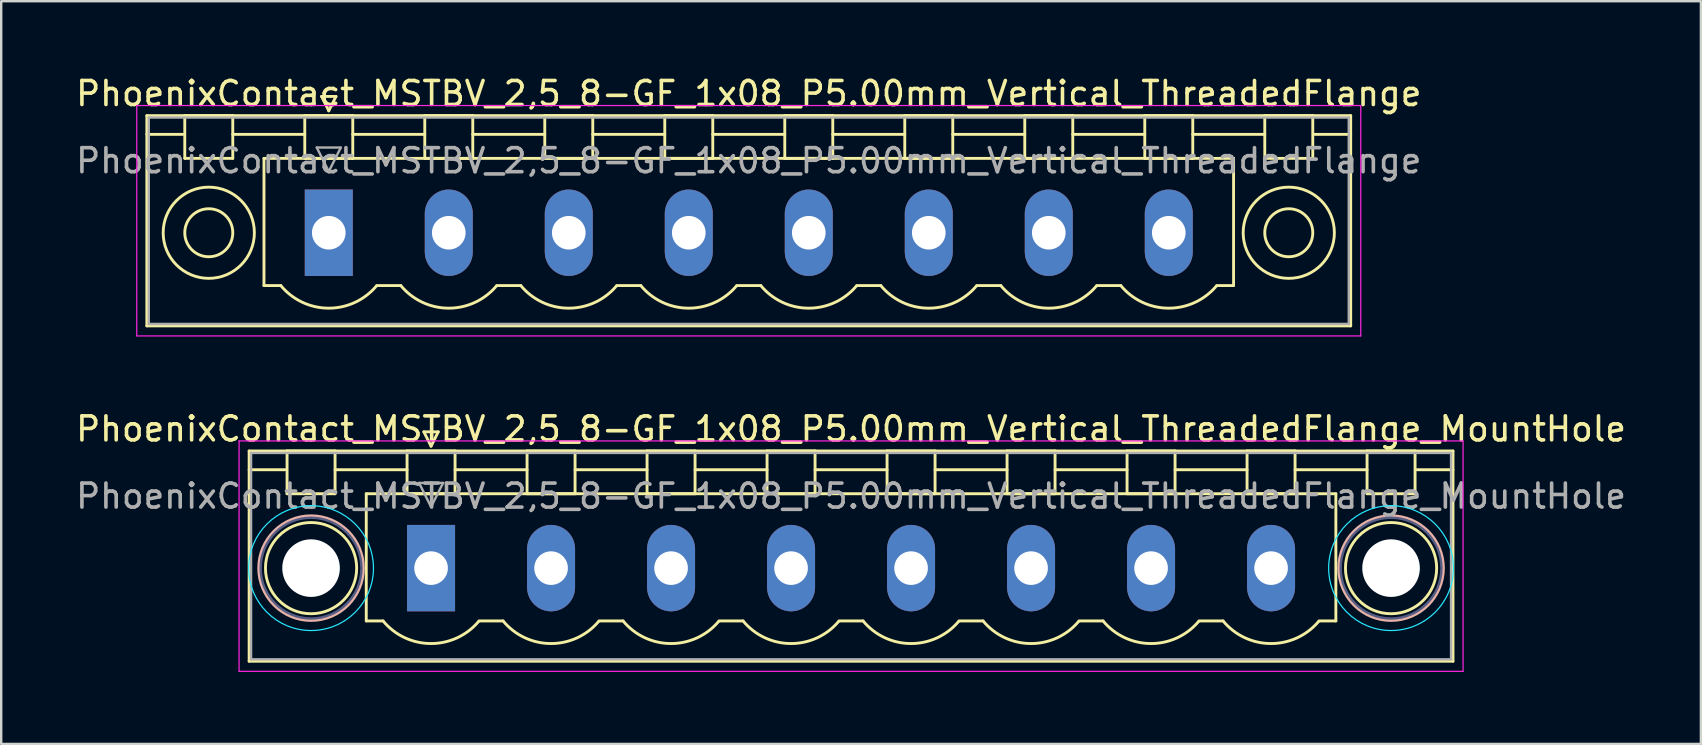
<source format=kicad_pcb>
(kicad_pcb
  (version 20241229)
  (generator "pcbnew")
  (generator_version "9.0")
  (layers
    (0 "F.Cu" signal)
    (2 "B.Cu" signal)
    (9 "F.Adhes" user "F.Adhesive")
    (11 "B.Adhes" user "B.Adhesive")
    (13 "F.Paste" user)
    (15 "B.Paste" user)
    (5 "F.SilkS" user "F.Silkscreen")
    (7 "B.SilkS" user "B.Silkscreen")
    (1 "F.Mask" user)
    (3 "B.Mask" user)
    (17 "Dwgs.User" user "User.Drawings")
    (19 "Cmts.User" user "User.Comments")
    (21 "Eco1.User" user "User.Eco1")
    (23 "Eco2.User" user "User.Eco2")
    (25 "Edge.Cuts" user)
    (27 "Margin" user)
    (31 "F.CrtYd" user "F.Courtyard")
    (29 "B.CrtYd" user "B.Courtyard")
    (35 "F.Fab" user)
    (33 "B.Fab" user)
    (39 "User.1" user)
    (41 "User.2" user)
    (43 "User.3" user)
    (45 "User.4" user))
  (footprint "PhoenixContact_MSTBV_2,5_8-GF_1x08_P5.00mm_Vertical_ThreadedFlange_MountHole"
    (layer "F.Cu")
    (at 14.911 20.622)
    (property "Reference" "PhoenixContact_MSTBV_2,5_8-GF_1x08_P5.00mm_Vertical_ThreadedFlange_MountHole" (at 17.5 -5.8 0) (layer "F.SilkS") (effects (font (size 1 1) (thickness 0.15))))
    (attr through_hole)
    (fp_line (start -7.58 -4.88) (end -7.58 3.88) (stroke (width 0.12) (type solid)) (layer "F.SilkS"))
    (fp_line (start -7.58 -4.1) (end -6.08 -4.1) (stroke (width 0.12) (type solid)) (layer "F.SilkS"))
    (fp_line (start -7.58 3.88) (end 42.58 3.88) (stroke (width 0.12) (type solid)) (layer "F.SilkS"))
    (fp_line (start -6 -4.88) (end -4 -4.88) (stroke (width 0.12) (type solid)) (layer "F.SilkS"))
    (fp_line (start -6 -3.1) (end -6 -4.88) (stroke (width 0.12) (type solid)) (layer "F.SilkS"))
    (fp_line (start -4 -4.88) (end -4 -3.1) (stroke (width 0.12) (type solid)) (layer "F.SilkS"))
    (fp_line (start -4 -4.1) (end -1 -4.1) (stroke (width 0.12) (type solid)) (layer "F.SilkS"))
    (fp_line (start -4 -3.1) (end -6 -3.1) (stroke (width 0.12) (type solid)) (layer "F.SilkS"))
    (fp_line (start -2.7 -3.1) (end 37.7 -3.1) (stroke (width 0.12) (type solid)) (layer "F.SilkS"))
    (fp_line (start -2.7 2.2) (end -2.7 -3.1) (stroke (width 0.12) (type solid)) (layer "F.SilkS"))
    (fp_line (start -2 2.2) (end -2.7 2.2) (stroke (width 0.12) (type solid)) (layer "F.SilkS"))
    (fp_line (start -1 -4.88) (end 1 -4.88) (stroke (width 0.12) (type solid)) (layer "F.SilkS"))
    (fp_line (start -1 -3.1) (end -1 -4.88) (stroke (width 0.12) (type solid)) (layer "F.SilkS"))
    (fp_line (start -0.3 -5.68) (end 0.3 -5.68) (stroke (width 0.12) (type solid)) (layer "F.SilkS"))
    (fp_line (start 0 -5.08) (end -0.3 -5.68) (stroke (width 0.12) (type solid)) (layer "F.SilkS"))
    (fp_line (start 0.3 -5.68) (end 0 -5.08) (stroke (width 0.12) (type solid)) (layer "F.SilkS"))
    (fp_line (start 1 -4.88) (end 1 -3.1) (stroke (width 0.12) (type solid)) (layer "F.SilkS"))
    (fp_line (start 1 -4.1) (end 4 -4.1) (stroke (width 0.12) (type solid)) (layer "F.SilkS"))
    (fp_line (start 1 -3.1) (end -1 -3.1) (stroke (width 0.12) (type solid)) (layer "F.SilkS"))
    (fp_line (start 2 2.2) (end 3 2.2) (stroke (width 0.12) (type solid)) (layer "F.SilkS"))
    (fp_line (start 4 -4.88) (end 6 -4.88) (stroke (width 0.12) (type solid)) (layer "F.SilkS"))
    (fp_line (start 4 -3.1) (end 4 -4.88) (stroke (width 0.12) (type solid)) (layer "F.SilkS"))
    (fp_line (start 6 -4.88) (end 6 -3.1) (stroke (width 0.12) (type solid)) (layer "F.SilkS"))
    (fp_line (start 6 -4.1) (end 9 -4.1) (stroke (width 0.12) (type solid)) (layer "F.SilkS"))
    (fp_line (start 6 -3.1) (end 4 -3.1) (stroke (width 0.12) (type solid)) (layer "F.SilkS"))
    (fp_line (start 7 2.2) (end 8 2.2) (stroke (width 0.12) (type solid)) (layer "F.SilkS"))
    (fp_line (start 9 -4.88) (end 11 -4.88) (stroke (width 0.12) (type solid)) (layer "F.SilkS"))
    (fp_line (start 9 -3.1) (end 9 -4.88) (stroke (width 0.12) (type solid)) (layer "F.SilkS"))
    (fp_line (start 11 -4.88) (end 11 -3.1) (stroke (width 0.12) (type solid)) (layer "F.SilkS"))
    (fp_line (start 11 -4.1) (end 14 -4.1) (stroke (width 0.12) (type solid)) (layer "F.SilkS"))
    (fp_line (start 11 -3.1) (end 9 -3.1) (stroke (width 0.12) (type solid)) (layer "F.SilkS"))
    (fp_line (start 12 2.2) (end 13 2.2) (stroke (width 0.12) (type solid)) (layer "F.SilkS"))
    (fp_line (start 14 -4.88) (end 16 -4.88) (stroke (width 0.12) (type solid)) (layer "F.SilkS"))
    (fp_line (start 14 -3.1) (end 14 -4.88) (stroke (width 0.12) (type solid)) (layer "F.SilkS"))
    (fp_line (start 16 -4.88) (end 16 -3.1) (stroke (width 0.12) (type solid)) (layer "F.SilkS"))
    (fp_line (start 16 -4.1) (end 19 -4.1) (stroke (width 0.12) (type solid)) (layer "F.SilkS"))
    (fp_line (start 16 -3.1) (end 14 -3.1) (stroke (width 0.12) (type solid)) (layer "F.SilkS"))
    (fp_line (start 17 2.2) (end 18 2.2) (stroke (width 0.12) (type solid)) (layer "F.SilkS"))
    (fp_line (start 19 -4.88) (end 21 -4.88) (stroke (width 0.12) (type solid)) (layer "F.SilkS"))
    (fp_line (start 19 -3.1) (end 19 -4.88) (stroke (width 0.12) (type solid)) (layer "F.SilkS"))
    (fp_line (start 21 -4.88) (end 21 -3.1) (stroke (width 0.12) (type solid)) (layer "F.SilkS"))
    (fp_line (start 21 -4.1) (end 24 -4.1) (stroke (width 0.12) (type solid)) (layer "F.SilkS"))
    (fp_line (start 21 -3.1) (end 19 -3.1) (stroke (width 0.12) (type solid)) (layer "F.SilkS"))
    (fp_line (start 22 2.2) (end 23 2.2) (stroke (width 0.12) (type solid)) (layer "F.SilkS"))
    (fp_line (start 24 -4.88) (end 26 -4.88) (stroke (width 0.12) (type solid)) (layer "F.SilkS"))
    (fp_line (start 24 -3.1) (end 24 -4.88) (stroke (width 0.12) (type solid)) (layer "F.SilkS"))
    (fp_line (start 26 -4.88) (end 26 -3.1) (stroke (width 0.12) (type solid)) (layer "F.SilkS"))
    (fp_line (start 26 -4.1) (end 29 -4.1) (stroke (width 0.12) (type solid)) (layer "F.SilkS"))
    (fp_line (start 26 -3.1) (end 24 -3.1) (stroke (width 0.12) (type solid)) (layer "F.SilkS"))
    (fp_line (start 27 2.2) (end 28 2.2) (stroke (width 0.12) (type solid)) (layer "F.SilkS"))
    (fp_line (start 29 -4.88) (end 31 -4.88) (stroke (width 0.12) (type solid)) (layer "F.SilkS"))
    (fp_line (start 29 -3.1) (end 29 -4.88) (stroke (width 0.12) (type solid)) (layer "F.SilkS"))
    (fp_line (start 31 -4.88) (end 31 -3.1) (stroke (width 0.12) (type solid)) (layer "F.SilkS"))
    (fp_line (start 31 -4.1) (end 34 -4.1) (stroke (width 0.12) (type solid)) (layer "F.SilkS"))
    (fp_line (start 31 -3.1) (end 29 -3.1) (stroke (width 0.12) (type solid)) (layer "F.SilkS"))
    (fp_line (start 32 2.2) (end 33 2.2) (stroke (width 0.12) (type solid)) (layer "F.SilkS"))
    (fp_line (start 34 -4.88) (end 36 -4.88) (stroke (width 0.12) (type solid)) (layer "F.SilkS"))
    (fp_line (start 34 -3.1) (end 34 -4.88) (stroke (width 0.12) (type solid)) (layer "F.SilkS"))
    (fp_line (start 36 -4.88) (end 36 -3.1) (stroke (width 0.12) (type solid)) (layer "F.SilkS"))
    (fp_line (start 36 -4.1) (end 39 -4.1) (stroke (width 0.12) (type solid)) (layer "F.SilkS"))
    (fp_line (start 36 -3.1) (end 34 -3.1) (stroke (width 0.12) (type solid)) (layer "F.SilkS"))
    (fp_line (start 37.7 -3.1) (end 37.7 2.2) (stroke (width 0.12) (type solid)) (layer "F.SilkS"))
    (fp_line (start 37.7 2.2) (end 37 2.2) (stroke (width 0.12) (type solid)) (layer "F.SilkS"))
    (fp_line (start 39 -4.88) (end 41 -4.88) (stroke (width 0.12) (type solid)) (layer "F.SilkS"))
    (fp_line (start 39 -3.1) (end 39 -4.88) (stroke (width 0.12) (type solid)) (layer "F.SilkS"))
    (fp_line (start 41 -4.88) (end 41 -3.1) (stroke (width 0.12) (type solid)) (layer "F.SilkS"))
    (fp_line (start 41 -3.1) (end 39 -3.1) (stroke (width 0.12) (type solid)) (layer "F.SilkS"))
    (fp_line (start 42.58 -4.88) (end -7.58 -4.88) (stroke (width 0.12) (type solid)) (layer "F.SilkS"))
    (fp_line (start 42.58 -4.1) (end 41.08 -4.1) (stroke (width 0.12) (type solid)) (layer "F.SilkS"))
    (fp_line (start 42.58 3.88) (end 42.58 -4.88) (stroke (width 0.12) (type solid)) (layer "F.SilkS"))
    (fp_arc (start 1.986842 2.215821) (mid -0.010289 3.142758) (end -2 2.2) (stroke (width 0.12) (type solid)) (layer "F.SilkS"))
    (fp_arc (start 6.986842 2.215821) (mid 4.989711 3.142758) (end 3 2.2) (stroke (width 0.12) (type solid)) (layer "F.SilkS"))
    (fp_arc (start 11.986842 2.215821) (mid 9.989711 3.142758) (end 8 2.2) (stroke (width 0.12) (type solid)) (layer "F.SilkS"))
    (fp_arc (start 16.986842 2.215821) (mid 14.989711 3.142758) (end 13 2.2) (stroke (width 0.12) (type solid)) (layer "F.SilkS"))
    (fp_arc (start 21.986842 2.215821) (mid 19.989711 3.142758) (end 18 2.2) (stroke (width 0.12) (type solid)) (layer "F.SilkS"))
    (fp_arc (start 26.986842 2.215821) (mid 24.989711 3.142758) (end 23 2.2) (stroke (width 0.12) (type solid)) (layer "F.SilkS"))
    (fp_arc (start 31.986842 2.215821) (mid 29.989711 3.142758) (end 28 2.2) (stroke (width 0.12) (type solid)) (layer "F.SilkS"))
    (fp_arc (start 36.986842 2.215821) (mid 34.989711 3.142758) (end 33 2.2) (stroke (width 0.12) (type solid)) (layer "F.SilkS"))
    (fp_circle (center -5 0) (end -3.1 0) (stroke (width 0.12) (type solid)) (fill no) (layer "F.SilkS"))
    (fp_circle (center 40 0) (end 41.9 0) (stroke (width 0.12) (type solid)) (fill no) (layer "F.SilkS"))
    (fp_circle (center -5 0) (end -2.82 0) (stroke (width 0.12) (type solid)) (fill no) (layer "B.SilkS"))
    (fp_circle (center 40 0) (end 42.18 0) (stroke (width 0.12) (type solid)) (fill no) (layer "B.SilkS"))
    (fp_circle (center -5 0) (end -2.4 0) (stroke (width 0.05) (type solid)) (fill no) (layer "B.CrtYd"))
    (fp_circle (center 40 0) (end 42.6 0) (stroke (width 0.05) (type solid)) (fill no) (layer "B.CrtYd"))
    (fp_line (start -8 -5.3) (end -8 4.3) (stroke (width 0.05) (type solid)) (layer "F.CrtYd"))
    (fp_line (start -8 4.3) (end 43 4.3) (stroke (width 0.05) (type solid)) (layer "F.CrtYd"))
    (fp_line (start 43 -5.3) (end -8 -5.3) (stroke (width 0.05) (type solid)) (layer "F.CrtYd"))
    (fp_line (start 43 4.3) (end 43 -5.3) (stroke (width 0.05) (type solid)) (layer "F.CrtYd"))
    (fp_circle (center -5 0) (end -2.9 0) (stroke (width 0.1) (type solid)) (fill no) (layer "B.Fab"))
    (fp_circle (center 40 0) (end 42.1 0) (stroke (width 0.1) (type solid)) (fill no) (layer "B.Fab"))
    (fp_line (start -7.5 -4.8) (end -7.5 3.8) (stroke (width 0.1) (type solid)) (layer "F.Fab"))
    (fp_line (start -7.5 3.8) (end 42.5 3.8) (stroke (width 0.1) (type solid)) (layer "F.Fab"))
    (fp_line (start -0.5 -3.55) (end 0.5 -3.55) (stroke (width 0.1) (type solid)) (layer "F.Fab"))
    (fp_line (start 0 -2.55) (end -0.5 -3.55) (stroke (width 0.1) (type solid)) (layer "F.Fab"))
    (fp_line (start 0.5 -3.55) (end 0 -2.55) (stroke (width 0.1) (type solid)) (layer "F.Fab"))
    (fp_line (start 42.5 -4.8) (end -7.5 -4.8) (stroke (width 0.1) (type solid)) (layer "F.Fab"))
    (fp_line (start 42.5 3.8) (end 42.5 -4.8) (stroke (width 0.1) (type solid)) (layer "F.Fab"))
    (fp_text user "${REFERENCE}" (at 17.5 -3 0) (layer "F.Fab") (effects (font (size 1 1) (thickness 0.15))))
    (pad "" np_thru_hole circle (at -5 0) (size 2.4 2.4) (drill 2.4) (layers "*.Cu" "*.Mask"))
    (pad "" np_thru_hole circle (at 40 0) (size 2.4 2.4) (drill 2.4) (layers "*.Cu" "*.Mask"))
    (pad "1" thru_hole rect (at 0 0) (size 2 3.6) (drill 1.4) (layers "*.Cu" "*.Mask"))
    (pad "2" thru_hole oval (at 5 0) (size 2 3.6) (drill 1.4) (layers "*.Cu" "*.Mask"))
    (pad "3" thru_hole oval (at 10 0) (size 2 3.6) (drill 1.4) (layers "*.Cu" "*.Mask"))
    (pad "4" thru_hole oval (at 15 0) (size 2 3.6) (drill 1.4) (layers "*.Cu" "*.Mask"))
    (pad "5" thru_hole oval (at 20 0) (size 2 3.6) (drill 1.4) (layers "*.Cu" "*.Mask"))
    (pad "6" thru_hole oval (at 25 0) (size 2 3.6) (drill 1.4) (layers "*.Cu" "*.Mask"))
    (pad "7" thru_hole oval (at 30 0) (size 2 3.6) (drill 1.4) (layers "*.Cu" "*.Mask"))
    (pad "8" thru_hole oval (at 35 0) (size 2 3.6) (drill 1.4) (layers "*.Cu" "*.Mask")))
  (footprint "PhoenixContact_MSTBV_2,5_8-GF_1x08_P5.00mm_Vertical_ThreadedFlange"
    (layer "F.Cu")
    (at 10.649 6.648)
    (property "Reference" "PhoenixContact_MSTBV_2,5_8-GF_1x08_P5.00mm_Vertical_ThreadedFlange" (at 17.5 -5.8 0) (layer "F.SilkS") (effects (font (size 1 1) (thickness 0.15))))
    (attr through_hole)
    (fp_line (start -7.58 -4.88) (end -7.58 3.88) (stroke (width 0.12) (type solid)) (layer "F.SilkS"))
    (fp_line (start -7.58 -4.1) (end -6.08 -4.1) (stroke (width 0.12) (type solid)) (layer "F.SilkS"))
    (fp_line (start -7.58 3.88) (end 42.58 3.88) (stroke (width 0.12) (type solid)) (layer "F.SilkS"))
    (fp_line (start -6 -4.88) (end -4 -4.88) (stroke (width 0.12) (type solid)) (layer "F.SilkS"))
    (fp_line (start -6 -3.1) (end -6 -4.88) (stroke (width 0.12) (type solid)) (layer "F.SilkS"))
    (fp_line (start -4 -4.88) (end -4 -3.1) (stroke (width 0.12) (type solid)) (layer "F.SilkS"))
    (fp_line (start -4 -4.1) (end -1 -4.1) (stroke (width 0.12) (type solid)) (layer "F.SilkS"))
    (fp_line (start -4 -3.1) (end -6 -3.1) (stroke (width 0.12) (type solid)) (layer "F.SilkS"))
    (fp_line (start -2.7 -3.1) (end 37.7 -3.1) (stroke (width 0.12) (type solid)) (layer "F.SilkS"))
    (fp_line (start -2.7 2.2) (end -2.7 -3.1) (stroke (width 0.12) (type solid)) (layer "F.SilkS"))
    (fp_line (start -2 2.2) (end -2.7 2.2) (stroke (width 0.12) (type solid)) (layer "F.SilkS"))
    (fp_line (start -1 -4.88) (end 1 -4.88) (stroke (width 0.12) (type solid)) (layer "F.SilkS"))
    (fp_line (start -1 -3.1) (end -1 -4.88) (stroke (width 0.12) (type solid)) (layer "F.SilkS"))
    (fp_line (start -0.3 -5.68) (end 0.3 -5.68) (stroke (width 0.12) (type solid)) (layer "F.SilkS"))
    (fp_line (start 0 -5.08) (end -0.3 -5.68) (stroke (width 0.12) (type solid)) (layer "F.SilkS"))
    (fp_line (start 0.3 -5.68) (end 0 -5.08) (stroke (width 0.12) (type solid)) (layer "F.SilkS"))
    (fp_line (start 1 -4.88) (end 1 -3.1) (stroke (width 0.12) (type solid)) (layer "F.SilkS"))
    (fp_line (start 1 -4.1) (end 4 -4.1) (stroke (width 0.12) (type solid)) (layer "F.SilkS"))
    (fp_line (start 1 -3.1) (end -1 -3.1) (stroke (width 0.12) (type solid)) (layer "F.SilkS"))
    (fp_line (start 2 2.2) (end 3 2.2) (stroke (width 0.12) (type solid)) (layer "F.SilkS"))
    (fp_line (start 4 -4.88) (end 6 -4.88) (stroke (width 0.12) (type solid)) (layer "F.SilkS"))
    (fp_line (start 4 -3.1) (end 4 -4.88) (stroke (width 0.12) (type solid)) (layer "F.SilkS"))
    (fp_line (start 6 -4.88) (end 6 -3.1) (stroke (width 0.12) (type solid)) (layer "F.SilkS"))
    (fp_line (start 6 -4.1) (end 9 -4.1) (stroke (width 0.12) (type solid)) (layer "F.SilkS"))
    (fp_line (start 6 -3.1) (end 4 -3.1) (stroke (width 0.12) (type solid)) (layer "F.SilkS"))
    (fp_line (start 7 2.2) (end 8 2.2) (stroke (width 0.12) (type solid)) (layer "F.SilkS"))
    (fp_line (start 9 -4.88) (end 11 -4.88) (stroke (width 0.12) (type solid)) (layer "F.SilkS"))
    (fp_line (start 9 -3.1) (end 9 -4.88) (stroke (width 0.12) (type solid)) (layer "F.SilkS"))
    (fp_line (start 11 -4.88) (end 11 -3.1) (stroke (width 0.12) (type solid)) (layer "F.SilkS"))
    (fp_line (start 11 -4.1) (end 14 -4.1) (stroke (width 0.12) (type solid)) (layer "F.SilkS"))
    (fp_line (start 11 -3.1) (end 9 -3.1) (stroke (width 0.12) (type solid)) (layer "F.SilkS"))
    (fp_line (start 12 2.2) (end 13 2.2) (stroke (width 0.12) (type solid)) (layer "F.SilkS"))
    (fp_line (start 14 -4.88) (end 16 -4.88) (stroke (width 0.12) (type solid)) (layer "F.SilkS"))
    (fp_line (start 14 -3.1) (end 14 -4.88) (stroke (width 0.12) (type solid)) (layer "F.SilkS"))
    (fp_line (start 16 -4.88) (end 16 -3.1) (stroke (width 0.12) (type solid)) (layer "F.SilkS"))
    (fp_line (start 16 -4.1) (end 19 -4.1) (stroke (width 0.12) (type solid)) (layer "F.SilkS"))
    (fp_line (start 16 -3.1) (end 14 -3.1) (stroke (width 0.12) (type solid)) (layer "F.SilkS"))
    (fp_line (start 17 2.2) (end 18 2.2) (stroke (width 0.12) (type solid)) (layer "F.SilkS"))
    (fp_line (start 19 -4.88) (end 21 -4.88) (stroke (width 0.12) (type solid)) (layer "F.SilkS"))
    (fp_line (start 19 -3.1) (end 19 -4.88) (stroke (width 0.12) (type solid)) (layer "F.SilkS"))
    (fp_line (start 21 -4.88) (end 21 -3.1) (stroke (width 0.12) (type solid)) (layer "F.SilkS"))
    (fp_line (start 21 -4.1) (end 24 -4.1) (stroke (width 0.12) (type solid)) (layer "F.SilkS"))
    (fp_line (start 21 -3.1) (end 19 -3.1) (stroke (width 0.12) (type solid)) (layer "F.SilkS"))
    (fp_line (start 22 2.2) (end 23 2.2) (stroke (width 0.12) (type solid)) (layer "F.SilkS"))
    (fp_line (start 24 -4.88) (end 26 -4.88) (stroke (width 0.12) (type solid)) (layer "F.SilkS"))
    (fp_line (start 24 -3.1) (end 24 -4.88) (stroke (width 0.12) (type solid)) (layer "F.SilkS"))
    (fp_line (start 26 -4.88) (end 26 -3.1) (stroke (width 0.12) (type solid)) (layer "F.SilkS"))
    (fp_line (start 26 -4.1) (end 29 -4.1) (stroke (width 0.12) (type solid)) (layer "F.SilkS"))
    (fp_line (start 26 -3.1) (end 24 -3.1) (stroke (width 0.12) (type solid)) (layer "F.SilkS"))
    (fp_line (start 27 2.2) (end 28 2.2) (stroke (width 0.12) (type solid)) (layer "F.SilkS"))
    (fp_line (start 29 -4.88) (end 31 -4.88) (stroke (width 0.12) (type solid)) (layer "F.SilkS"))
    (fp_line (start 29 -3.1) (end 29 -4.88) (stroke (width 0.12) (type solid)) (layer "F.SilkS"))
    (fp_line (start 31 -4.88) (end 31 -3.1) (stroke (width 0.12) (type solid)) (layer "F.SilkS"))
    (fp_line (start 31 -4.1) (end 34 -4.1) (stroke (width 0.12) (type solid)) (layer "F.SilkS"))
    (fp_line (start 31 -3.1) (end 29 -3.1) (stroke (width 0.12) (type solid)) (layer "F.SilkS"))
    (fp_line (start 32 2.2) (end 33 2.2) (stroke (width 0.12) (type solid)) (layer "F.SilkS"))
    (fp_line (start 34 -4.88) (end 36 -4.88) (stroke (width 0.12) (type solid)) (layer "F.SilkS"))
    (fp_line (start 34 -3.1) (end 34 -4.88) (stroke (width 0.12) (type solid)) (layer "F.SilkS"))
    (fp_line (start 36 -4.88) (end 36 -3.1) (stroke (width 0.12) (type solid)) (layer "F.SilkS"))
    (fp_line (start 36 -4.1) (end 39 -4.1) (stroke (width 0.12) (type solid)) (layer "F.SilkS"))
    (fp_line (start 36 -3.1) (end 34 -3.1) (stroke (width 0.12) (type solid)) (layer "F.SilkS"))
    (fp_line (start 37.7 -3.1) (end 37.7 2.2) (stroke (width 0.12) (type solid)) (layer "F.SilkS"))
    (fp_line (start 37.7 2.2) (end 37 2.2) (stroke (width 0.12) (type solid)) (layer "F.SilkS"))
    (fp_line (start 39 -4.88) (end 41 -4.88) (stroke (width 0.12) (type solid)) (layer "F.SilkS"))
    (fp_line (start 39 -3.1) (end 39 -4.88) (stroke (width 0.12) (type solid)) (layer "F.SilkS"))
    (fp_line (start 41 -4.88) (end 41 -3.1) (stroke (width 0.12) (type solid)) (layer "F.SilkS"))
    (fp_line (start 41 -3.1) (end 39 -3.1) (stroke (width 0.12) (type solid)) (layer "F.SilkS"))
    (fp_line (start 42.58 -4.88) (end -7.58 -4.88) (stroke (width 0.12) (type solid)) (layer "F.SilkS"))
    (fp_line (start 42.58 -4.1) (end 41.08 -4.1) (stroke (width 0.12) (type solid)) (layer "F.SilkS"))
    (fp_line (start 42.58 3.88) (end 42.58 -4.88) (stroke (width 0.12) (type solid)) (layer "F.SilkS"))
    (fp_arc (start 1.986842 2.215821) (mid -0.010289 3.142758) (end -2 2.2) (stroke (width 0.12) (type solid)) (layer "F.SilkS"))
    (fp_arc (start 6.986842 2.215821) (mid 4.989711 3.142758) (end 3 2.2) (stroke (width 0.12) (type solid)) (layer "F.SilkS"))
    (fp_arc (start 11.986842 2.215821) (mid 9.989711 3.142758) (end 8 2.2) (stroke (width 0.12) (type solid)) (layer "F.SilkS"))
    (fp_arc (start 16.986842 2.215821) (mid 14.989711 3.142758) (end 13 2.2) (stroke (width 0.12) (type solid)) (layer "F.SilkS"))
    (fp_arc (start 21.986842 2.215821) (mid 19.989711 3.142758) (end 18 2.2) (stroke (width 0.12) (type solid)) (layer "F.SilkS"))
    (fp_arc (start 26.986842 2.215821) (mid 24.989711 3.142758) (end 23 2.2) (stroke (width 0.12) (type solid)) (layer "F.SilkS"))
    (fp_arc (start 31.986842 2.215821) (mid 29.989711 3.142758) (end 28 2.2) (stroke (width 0.12) (type solid)) (layer "F.SilkS"))
    (fp_arc (start 36.986842 2.215821) (mid 34.989711 3.142758) (end 33 2.2) (stroke (width 0.12) (type solid)) (layer "F.SilkS"))
    (fp_circle (center -5 0) (end -4 0) (stroke (width 0.12) (type solid)) (fill no) (layer "F.SilkS"))
    (fp_circle (center -5 0) (end -3.1 0) (stroke (width 0.12) (type solid)) (fill no) (layer "F.SilkS"))
    (fp_circle (center 40 0) (end 41 0) (stroke (width 0.12) (type solid)) (fill no) (layer "F.SilkS"))
    (fp_circle (center 40 0) (end 41.9 0) (stroke (width 0.12) (type solid)) (fill no) (layer "F.SilkS"))
    (fp_line (start -8 -5.3) (end -8 4.3) (stroke (width 0.05) (type solid)) (layer "F.CrtYd"))
    (fp_line (start -8 4.3) (end 43 4.3) (stroke (width 0.05) (type solid)) (layer "F.CrtYd"))
    (fp_line (start 43 -5.3) (end -8 -5.3) (stroke (width 0.05) (type solid)) (layer "F.CrtYd"))
    (fp_line (start 43 4.3) (end 43 -5.3) (stroke (width 0.05) (type solid)) (layer "F.CrtYd"))
    (fp_line (start -7.5 -4.8) (end -7.5 3.8) (stroke (width 0.1) (type solid)) (layer "F.Fab"))
    (fp_line (start -7.5 3.8) (end 42.5 3.8) (stroke (width 0.1) (type solid)) (layer "F.Fab"))
    (fp_line (start -0.5 -3.55) (end 0.5 -3.55) (stroke (width 0.1) (type solid)) (layer "F.Fab"))
    (fp_line (start 0 -2.55) (end -0.5 -3.55) (stroke (width 0.1) (type solid)) (layer "F.Fab"))
    (fp_line (start 0.5 -3.55) (end 0 -2.55) (stroke (width 0.1) (type solid)) (layer "F.Fab"))
    (fp_line (start 42.5 -4.8) (end -7.5 -4.8) (stroke (width 0.1) (type solid)) (layer "F.Fab"))
    (fp_line (start 42.5 3.8) (end 42.5 -4.8) (stroke (width 0.1) (type solid)) (layer "F.Fab"))
    (fp_text user "${REFERENCE}" (at 17.5 -3 0) (layer "F.Fab") (effects (font (size 1 1) (thickness 0.15))))
    (pad "1" thru_hole rect (at 0 0) (size 2 3.6) (drill 1.4) (layers "*.Cu" "*.Mask"))
    (pad "2" thru_hole oval (at 5 0) (size 2 3.6) (drill 1.4) (layers "*.Cu" "*.Mask"))
    (pad "3" thru_hole oval (at 10 0) (size 2 3.6) (drill 1.4) (layers "*.Cu" "*.Mask"))
    (pad "4" thru_hole oval (at 15 0) (size 2 3.6) (drill 1.4) (layers "*.Cu" "*.Mask"))
    (pad "5" thru_hole oval (at 20 0) (size 2 3.6) (drill 1.4) (layers "*.Cu" "*.Mask"))
    (pad "6" thru_hole oval (at 25 0) (size 2 3.6) (drill 1.4) (layers "*.Cu" "*.Mask"))
    (pad "7" thru_hole oval (at 30 0) (size 2 3.6) (drill 1.4) (layers "*.Cu" "*.Mask"))
    (pad "8" thru_hole oval (at 35 0) (size 2 3.6) (drill 1.4) (layers "*.Cu" "*.Mask")))
  (gr_rect
    (start -3 -3)
    (end 67.821 27.947)
    (stroke (width 0.1) (type default))
    (fill no)
    (layer "Edge.Cuts")))
</source>
